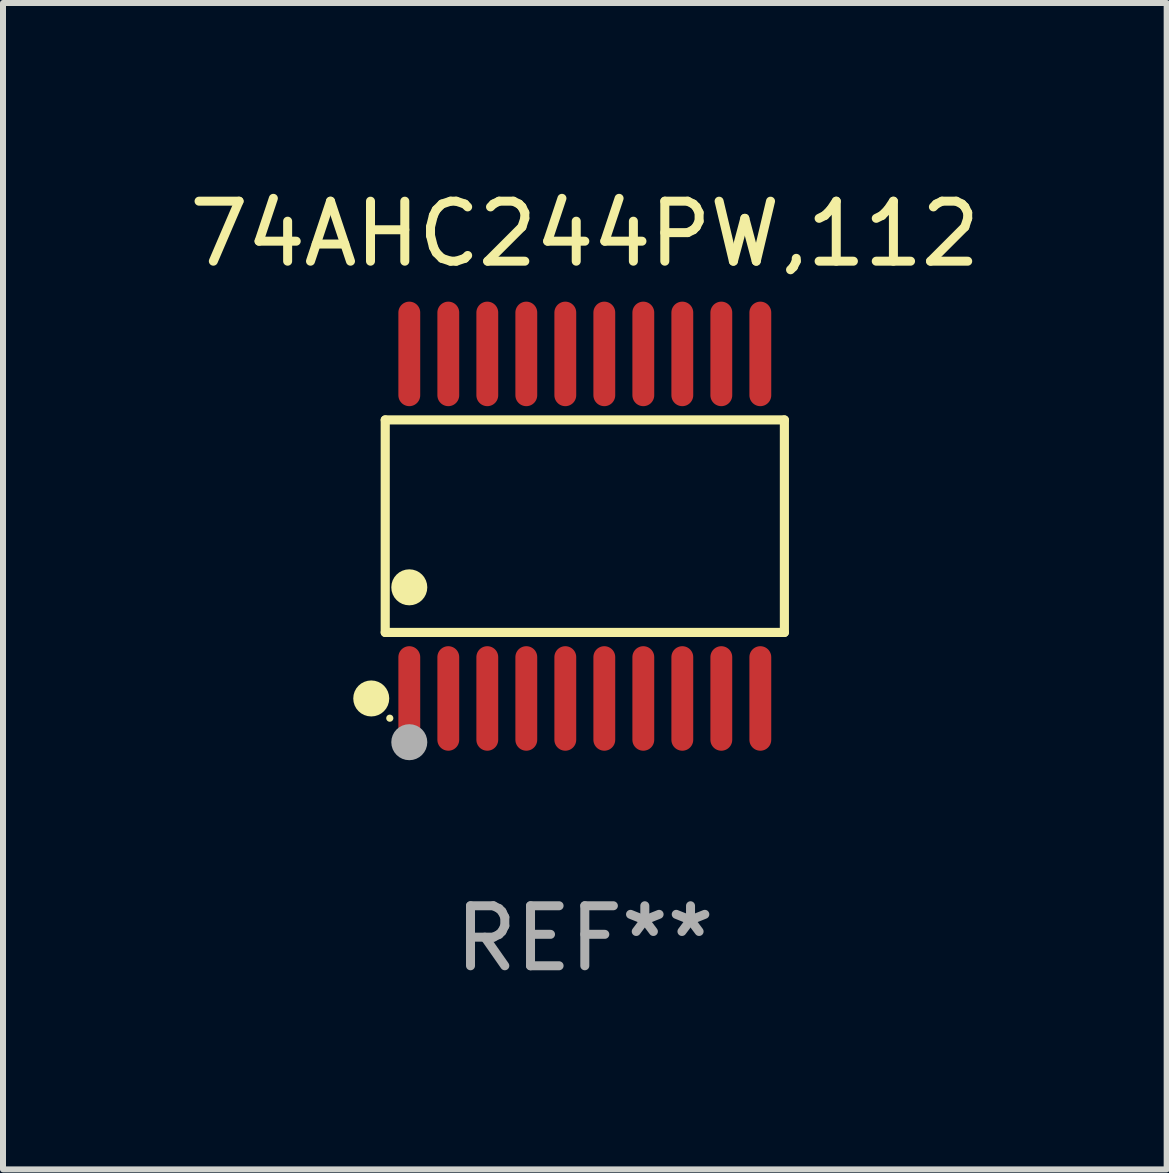
<source format=kicad_pcb>
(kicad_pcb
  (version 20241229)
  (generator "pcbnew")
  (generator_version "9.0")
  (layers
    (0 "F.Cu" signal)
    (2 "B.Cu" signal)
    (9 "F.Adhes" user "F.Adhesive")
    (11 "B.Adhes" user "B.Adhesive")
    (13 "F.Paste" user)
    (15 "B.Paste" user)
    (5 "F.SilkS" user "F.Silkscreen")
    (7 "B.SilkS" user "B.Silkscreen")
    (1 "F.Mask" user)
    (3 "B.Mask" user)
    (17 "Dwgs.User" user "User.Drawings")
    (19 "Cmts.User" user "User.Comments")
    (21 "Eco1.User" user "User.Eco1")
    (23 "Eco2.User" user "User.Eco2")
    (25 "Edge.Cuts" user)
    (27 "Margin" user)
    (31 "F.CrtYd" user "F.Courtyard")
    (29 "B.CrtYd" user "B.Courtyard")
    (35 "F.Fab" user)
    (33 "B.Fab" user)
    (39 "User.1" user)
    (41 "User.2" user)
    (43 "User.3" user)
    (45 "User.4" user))
  (footprint "74AHC244PW,112"
    (layer "F.Cu")
    (at 6.696 5.719)
    (property "Reference" "74AHC244PW,112" (at 0 -4.871 0) (layer "F.SilkS") (effects (font (size 1 1) (thickness 0.15))))
    (attr through_hole)
    (fp_line (start -3.326 -1.771) (end 3.326 -1.771) (stroke (width 0.152) (type solid)) (layer "F.SilkS"))
    (fp_line (start -3.326 1.771) (end -3.326 -1.771) (stroke (width 0.152) (type solid)) (layer "F.SilkS"))
    (fp_line (start 3.326 -1.771) (end 3.326 1.771) (stroke (width 0.152) (type solid)) (layer "F.SilkS"))
    (fp_line (start 3.326 1.771) (end -3.326 1.771) (stroke (width 0.152) (type solid)) (layer "F.SilkS"))
    (fp_circle (center -3.559 2.871) (end -3.409 2.871) (stroke (width 0.3) (type solid)) (fill no) (layer "F.SilkS"))
    (fp_circle (center -3.25 3.2) (end -3.22 3.2) (stroke (width 0.06) (type solid)) (fill no) (layer "F.SilkS"))
    (fp_circle (center -2.925 1.019) (end -2.775 1.019) (stroke (width 0.3) (type solid)) (fill no) (layer "F.SilkS"))
    (fp_circle (center -2.925 3.6) (end -2.775 3.6) (stroke (width 0.3) (type solid)) (fill no) (layer "F.Fab"))
    (fp_text user "REF**" (at 0 6.871 0) (layer "F.Fab") (effects (font (size 1 1) (thickness 0.15))))
    (pad "1" smd oval (at -2.925 2.871) (size 0.364 1.742) (layers "F.Cu" "F.Mask" "F.Paste"))
    (pad "2" smd oval (at -2.275 2.871) (size 0.364 1.742) (layers "F.Cu" "F.Mask" "F.Paste"))
    (pad "3" smd oval (at -1.625 2.871) (size 0.364 1.742) (layers "F.Cu" "F.Mask" "F.Paste"))
    (pad "4" smd oval (at -0.975 2.871) (size 0.364 1.742) (layers "F.Cu" "F.Mask" "F.Paste"))
    (pad "5" smd oval (at -0.325 2.871) (size 0.364 1.742) (layers "F.Cu" "F.Mask" "F.Paste"))
    (pad "6" smd oval (at 0.325 2.871) (size 0.364 1.742) (layers "F.Cu" "F.Mask" "F.Paste"))
    (pad "7" smd oval (at 0.975 2.871) (size 0.364 1.742) (layers "F.Cu" "F.Mask" "F.Paste"))
    (pad "8" smd oval (at 1.625 2.871) (size 0.364 1.742) (layers "F.Cu" "F.Mask" "F.Paste"))
    (pad "9" smd oval (at 2.275 2.871) (size 0.364 1.742) (layers "F.Cu" "F.Mask" "F.Paste"))
    (pad "10" smd oval (at 2.925 2.871) (size 0.364 1.742) (layers "F.Cu" "F.Mask" "F.Paste"))
    (pad "11" smd oval (at 2.925 -2.871) (size 0.364 1.742) (layers "F.Cu" "F.Mask" "F.Paste"))
    (pad "12" smd oval (at 2.275 -2.871) (size 0.364 1.742) (layers "F.Cu" "F.Mask" "F.Paste"))
    (pad "13" smd oval (at 1.625 -2.871) (size 0.364 1.742) (layers "F.Cu" "F.Mask" "F.Paste"))
    (pad "14" smd oval (at 0.975 -2.871) (size 0.364 1.742) (layers "F.Cu" "F.Mask" "F.Paste"))
    (pad "15" smd oval (at 0.325 -2.871) (size 0.364 1.742) (layers "F.Cu" "F.Mask" "F.Paste"))
    (pad "16" smd oval (at -0.325 -2.871) (size 0.364 1.742) (layers "F.Cu" "F.Mask" "F.Paste"))
    (pad "17" smd oval (at -0.975 -2.871) (size 0.364 1.742) (layers "F.Cu" "F.Mask" "F.Paste"))
    (pad "18" smd oval (at -1.625 -2.871) (size 0.364 1.742) (layers "F.Cu" "F.Mask" "F.Paste"))
    (pad "19" smd oval (at -2.275 -2.871) (size 0.364 1.742) (layers "F.Cu" "F.Mask" "F.Paste"))
    (pad "20" smd oval (at -2.925 -2.871) (size 0.364 1.742) (layers "F.Cu" "F.Mask" "F.Paste")))
  (gr_rect
    (start -3 -3)
    (end 16.393 16.438)
    (stroke (width 0.1) (type default))
    (fill no)
    (layer "Edge.Cuts")))
</source>
